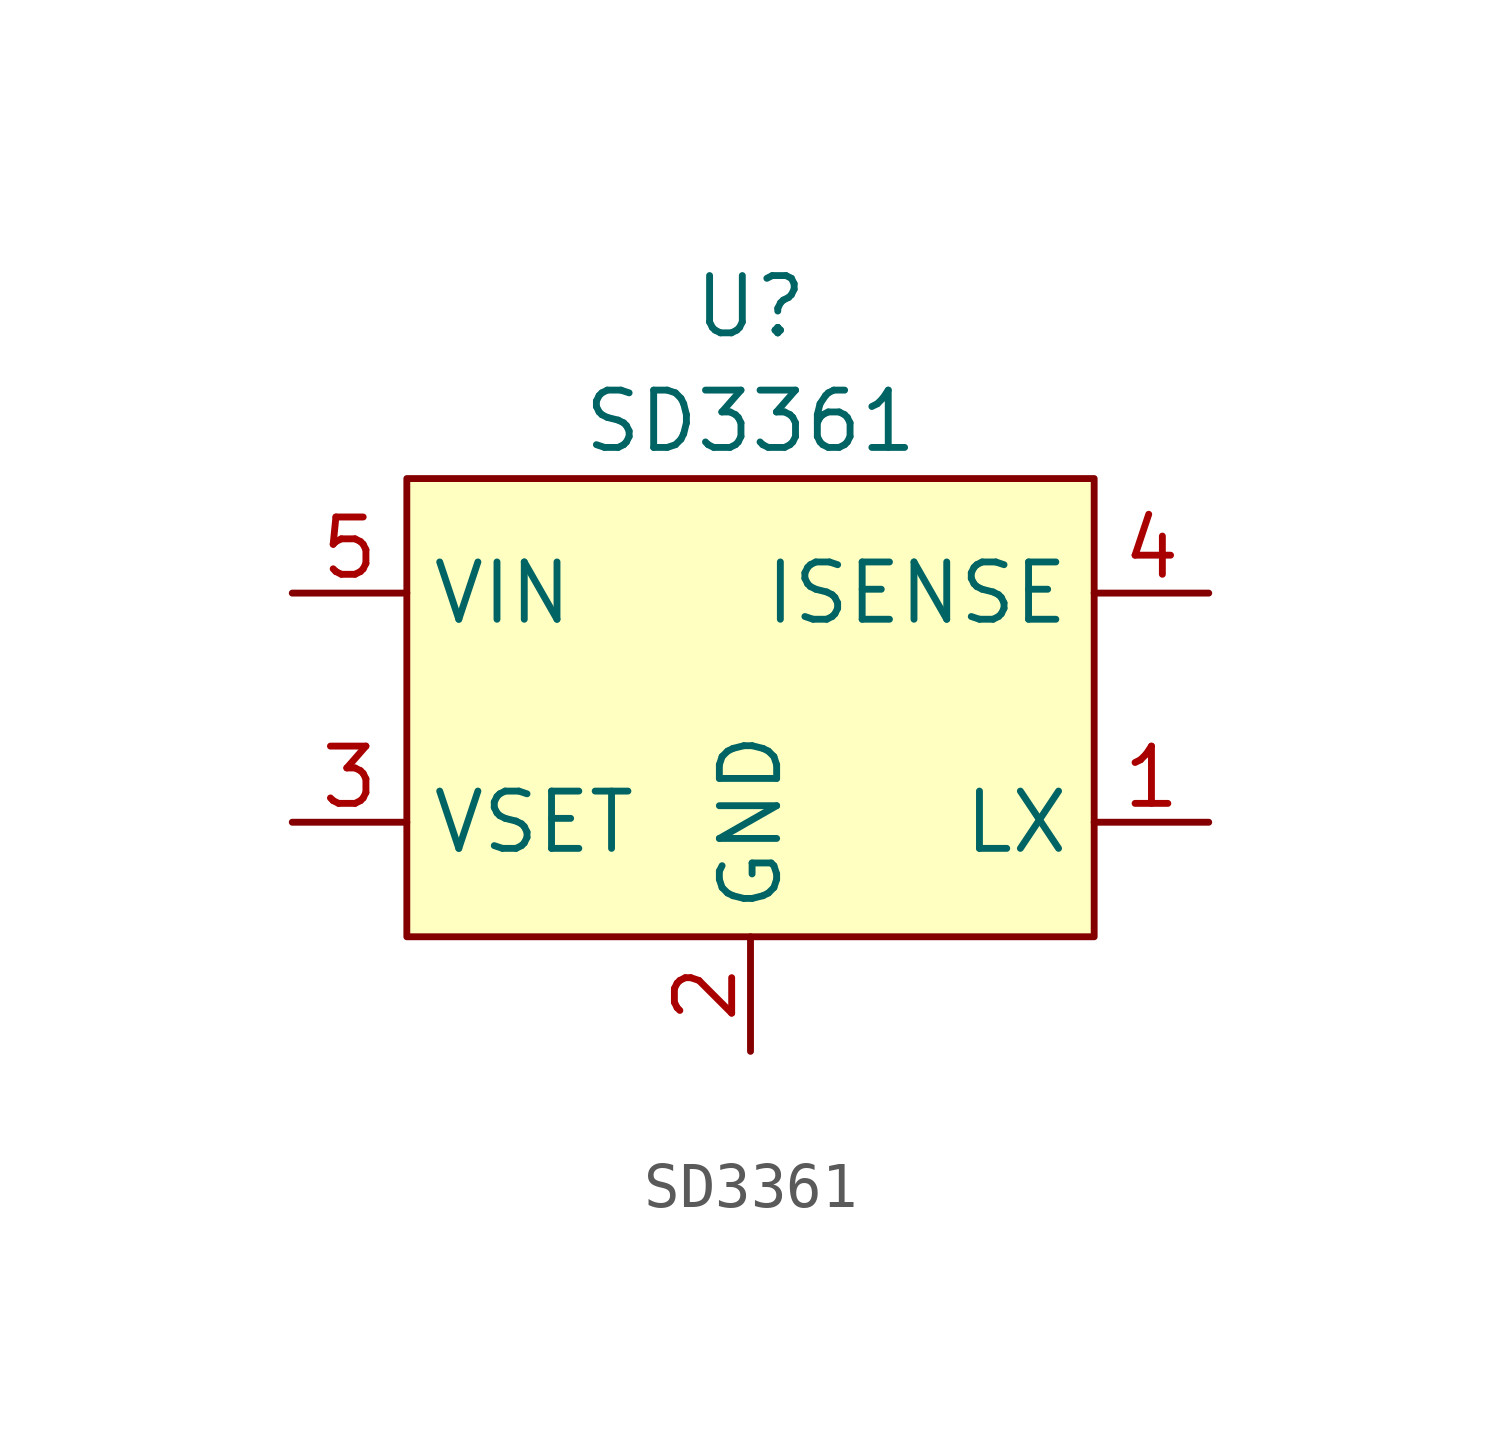
<source format=kicad_sym>
(kicad_symbol_lib
  (version 20211014)
  (generator kicad_symbol_editor)
  (symbol "SD3361"
    (property "Reference" "U"
      (at 0 8.89 0)
      (effects (font (size 1.27 1.27))))
    (property "Value" "SD3361"
      (at 0 6.35 0)
      (effects (font (size 1.27 1.27))))
    (symbol "SD3361_0_1"
      (rectangle (start -7.62 -5.08) (end 7.62 5.08) (stroke (width 0.152) (type default) (color 0 0 0 0)) (fill (type background))))
    (symbol "SD3361_1_1"
      (pin power_out line (at 10.16 -2.54 180) (length 2.54) (name "LX" (effects (font (size 1.27 1.27)))) (number "1" (effects (font (size 1.27 1.27)))))
      (pin power_in line (at 0 -7.62 90) (length 2.54) (name "GND" (effects (font (size 1.27 1.27)))) (number "2" (effects (font (size 1.27 1.27)))))
      (pin input line (at -10.16 -2.54 0) (length 2.54) (name "VSET" (effects (font (size 1.27 1.27)))) (number "3" (effects (font (size 1.27 1.27)))))
      (pin input line (at 10.16 2.54 180) (length 2.54) (name "ISENSE" (effects (font (size 1.27 1.27)))) (number "4" (effects (font (size 1.27 1.27)))))
      (pin power_in line (at -10.16 2.54 0) (length 2.54) (name "VIN" (effects (font (size 1.27 1.27)))) (number "5" (effects (font (size 1.27 1.27))))))))
</source>
